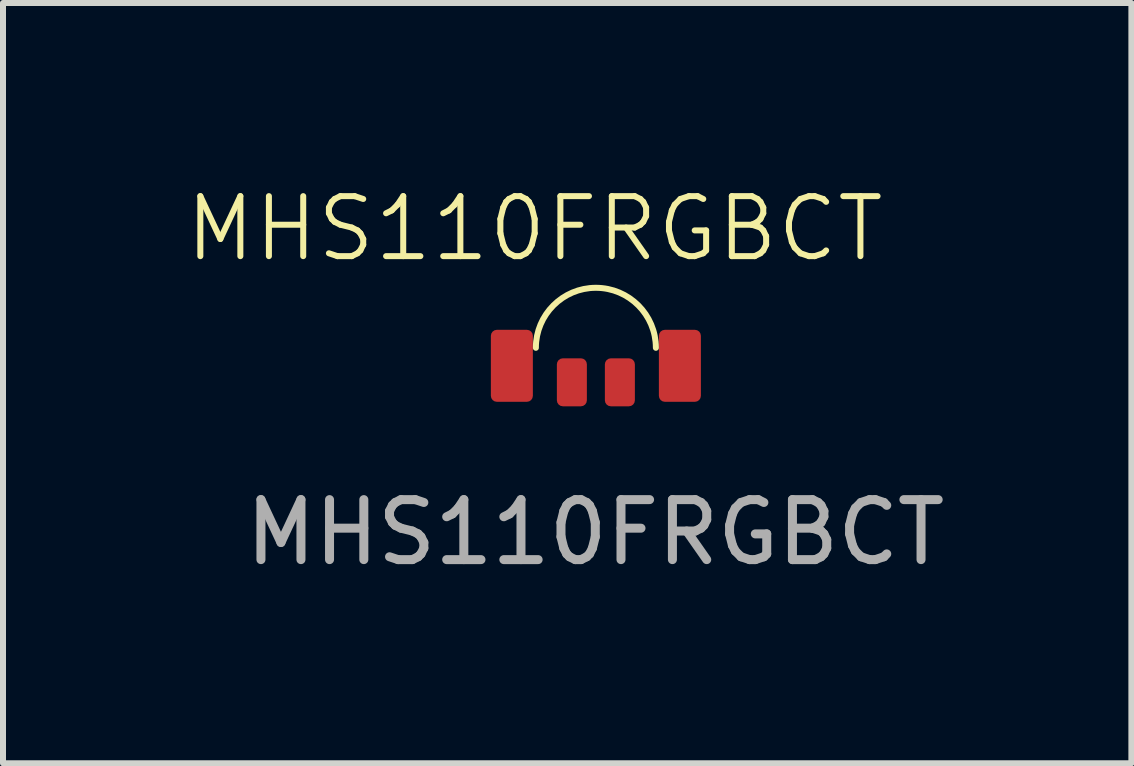
<source format=kicad_pcb>
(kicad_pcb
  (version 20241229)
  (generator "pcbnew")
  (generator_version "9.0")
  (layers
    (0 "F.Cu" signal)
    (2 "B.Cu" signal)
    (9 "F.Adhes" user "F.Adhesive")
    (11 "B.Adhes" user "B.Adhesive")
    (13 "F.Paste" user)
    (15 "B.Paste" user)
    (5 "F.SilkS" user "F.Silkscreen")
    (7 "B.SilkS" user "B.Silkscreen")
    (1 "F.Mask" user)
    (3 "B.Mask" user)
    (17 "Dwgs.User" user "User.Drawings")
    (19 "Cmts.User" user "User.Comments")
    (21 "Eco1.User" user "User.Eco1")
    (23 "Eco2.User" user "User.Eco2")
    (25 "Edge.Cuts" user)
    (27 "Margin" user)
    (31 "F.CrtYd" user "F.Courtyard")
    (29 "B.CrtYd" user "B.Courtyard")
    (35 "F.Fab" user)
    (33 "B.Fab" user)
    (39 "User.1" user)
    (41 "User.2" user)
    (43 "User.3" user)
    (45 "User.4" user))
  (footprint "MHS110FRGBCT"
    (layer "F.Cu")
    (at 6.87 3.321)
    (property "Reference" "MHS110FRGBCT" (at -1.01 -2.56 0) (unlocked yes) (layer "F.SilkS") (effects (font (size 1 1) (thickness 0.1))))
    (attr smd)
    (fp_arc (start -0.99 -0.575) (mid 0.01 -1.575) (end 1.01 -0.575) (stroke (width 0.1) (type solid)) (layer "F.SilkS"))
    (fp_text user "${REFERENCE}" (at 0 2.5 0) (unlocked yes) (layer "F.Fab") (effects (font (size 1 1) (thickness 0.15))))
    (pad "1" smd roundrect (at 1.41 -0.275 180) (size 0.7 1.2) (layers "F.Cu" "F.Mask" "F.Paste") (roundrect_rratio 0.143))
    (pad "2" smd roundrect (at 0.41 0 180) (size 0.5 0.8) (layers "F.Cu" "F.Mask" "F.Paste") (roundrect_rratio 0.2))
    (pad "3" smd roundrect (at -0.39 0 180) (size 0.5 0.8) (layers "F.Cu" "F.Mask" "F.Paste") (roundrect_rratio 0.2))
    (pad "4" smd roundrect (at -1.39 -0.275 180) (size 0.7 1.2) (layers "F.Cu" "F.Mask" "F.Paste") (roundrect_rratio 0.143)))
  (gr_rect
    (start -3 -3)
    (end 15.804 9.669)
    (stroke (width 0.1) (type default))
    (fill no)
    (layer "Edge.Cuts")))
</source>
